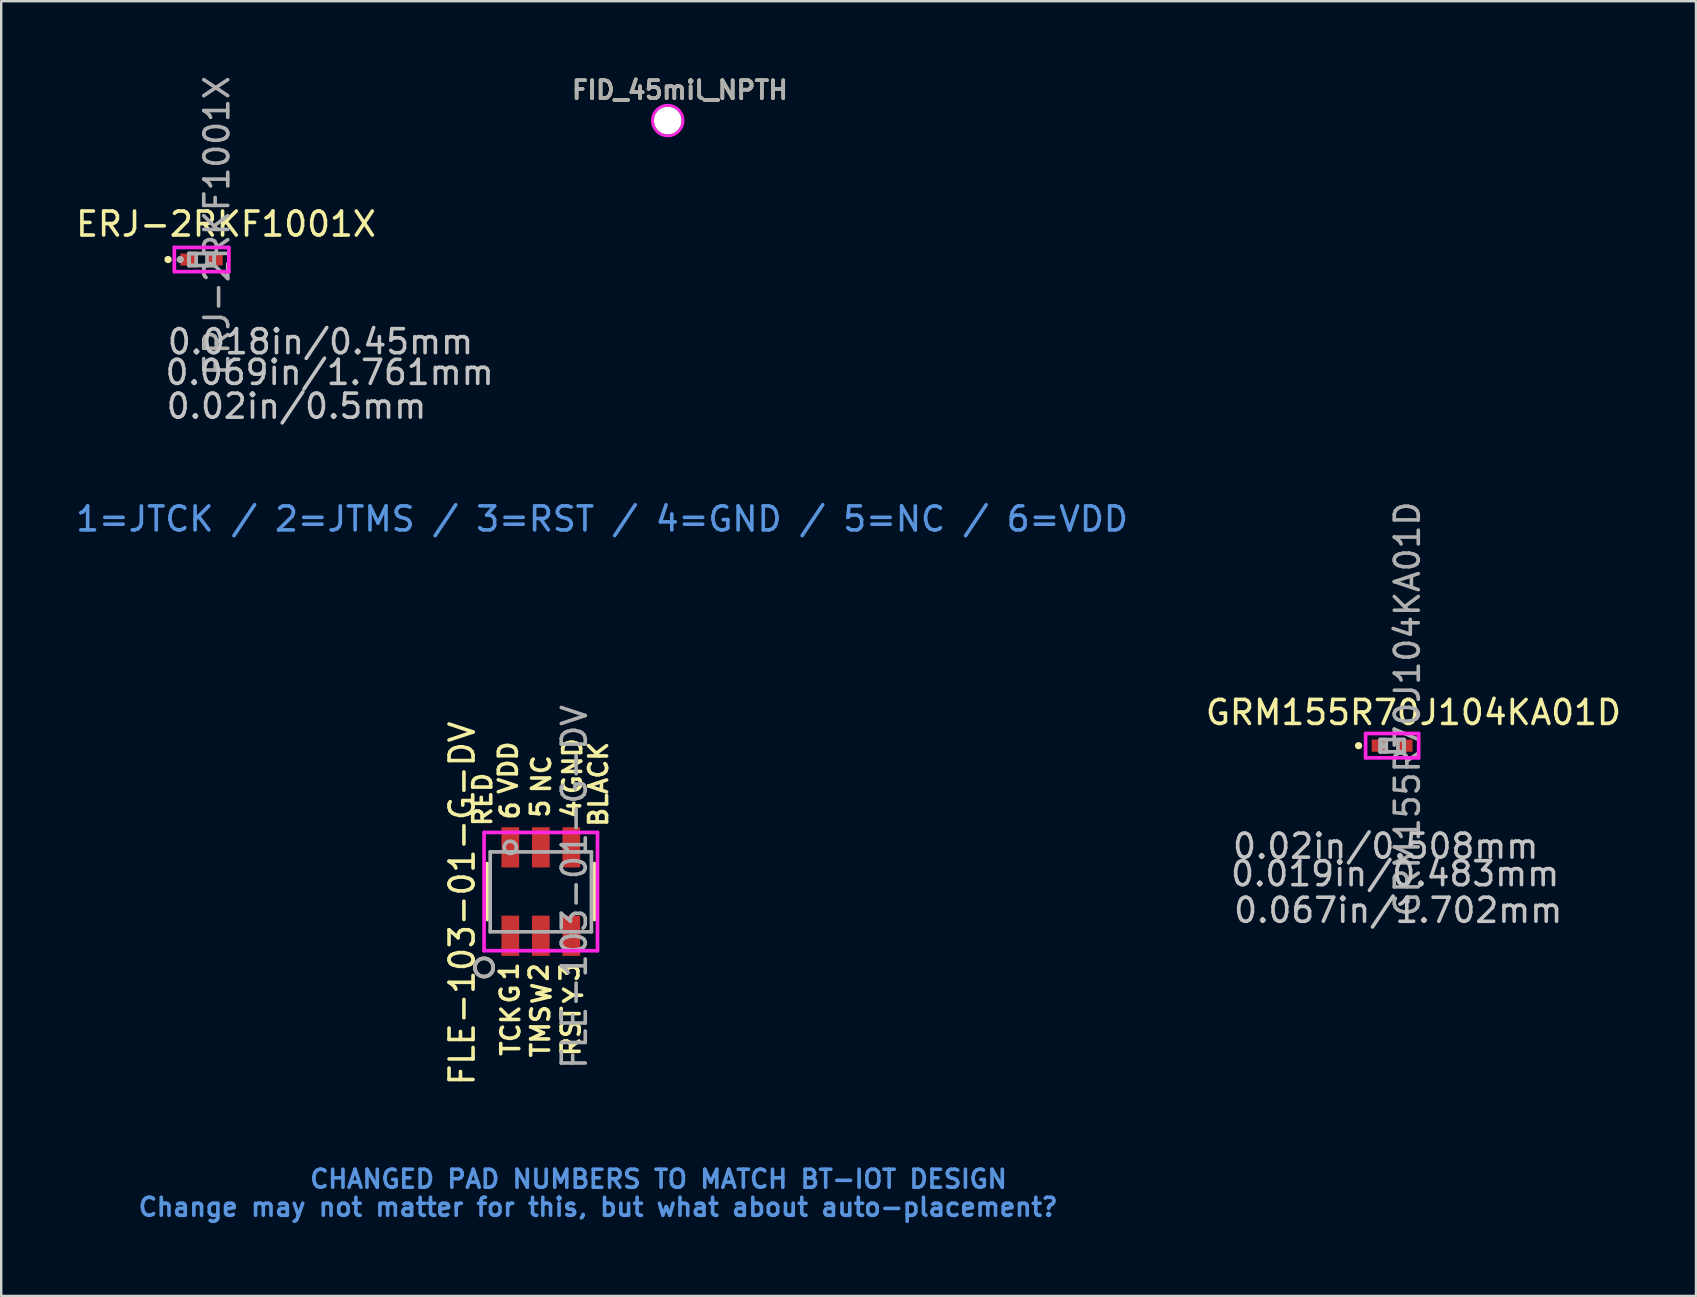
<source format=kicad_pcb>
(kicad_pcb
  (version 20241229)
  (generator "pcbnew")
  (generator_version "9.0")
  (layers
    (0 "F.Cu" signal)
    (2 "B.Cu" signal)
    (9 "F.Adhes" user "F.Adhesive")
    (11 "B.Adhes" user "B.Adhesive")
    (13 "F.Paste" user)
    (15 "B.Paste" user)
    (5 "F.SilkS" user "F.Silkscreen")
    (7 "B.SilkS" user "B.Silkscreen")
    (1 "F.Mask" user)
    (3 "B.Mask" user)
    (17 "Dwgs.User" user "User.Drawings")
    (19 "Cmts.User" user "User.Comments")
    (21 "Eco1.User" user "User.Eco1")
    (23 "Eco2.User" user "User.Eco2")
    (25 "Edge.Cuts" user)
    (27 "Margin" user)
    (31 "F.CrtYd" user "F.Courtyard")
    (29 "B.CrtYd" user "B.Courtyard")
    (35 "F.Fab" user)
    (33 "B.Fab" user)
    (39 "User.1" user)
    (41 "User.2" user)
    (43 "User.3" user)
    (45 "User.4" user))
  (footprint "ERJ-2RKF1001X"
    (layer "F.Cu")
    (at 5.347 7.76)
    (property "Reference" "ERJ-2RKF1001X" (at 1.016 -1.476 0) (layer "F.SilkS") (effects (font (size 1 1) (thickness 0.15))))
    (attr through_hole)
    (fp_circle (center -1.397 0) (end -1.321 0) (stroke (width 0.152) (type solid)) (fill no) (layer "F.SilkS"))
    (fp_line (start -1.135 -0.504) (end 1.135 -0.504) (stroke (width 0.152) (type solid)) (layer "F.CrtYd"))
    (fp_line (start -1.135 0.504) (end -1.135 -0.504) (stroke (width 0.152) (type solid)) (layer "F.CrtYd"))
    (fp_line (start 1.135 -0.504) (end 1.135 0.504) (stroke (width 0.152) (type solid)) (layer "F.CrtYd"))
    (fp_line (start 1.135 0.504) (end -1.135 0.504) (stroke (width 0.152) (type solid)) (layer "F.CrtYd"))
    (fp_line (start -0.525 -0.25) (end -0.525 0.25) (stroke (width 0.152) (type solid)) (layer "F.Fab"))
    (fp_line (start -0.525 -0.25) (end -0.525 0.25) (stroke (width 0.152) (type solid)) (layer "F.Fab"))
    (fp_line (start -0.525 0.25) (end -0.225 0.25) (stroke (width 0.152) (type solid)) (layer "F.Fab"))
    (fp_line (start -0.525 0.25) (end 0.525 0.25) (stroke (width 0.152) (type solid)) (layer "F.Fab"))
    (fp_line (start -0.225 -0.25) (end -0.525 -0.25) (stroke (width 0.152) (type solid)) (layer "F.Fab"))
    (fp_line (start -0.225 0.25) (end -0.225 -0.25) (stroke (width 0.152) (type solid)) (layer "F.Fab"))
    (fp_line (start 0.225 -0.25) (end 0.225 0.25) (stroke (width 0.152) (type solid)) (layer "F.Fab"))
    (fp_line (start 0.225 0.25) (end 0.525 0.25) (stroke (width 0.152) (type solid)) (layer "F.Fab"))
    (fp_line (start 0.525 -0.25) (end -0.525 -0.25) (stroke (width 0.152) (type solid)) (layer "F.Fab"))
    (fp_line (start 0.525 -0.25) (end 0.225 -0.25) (stroke (width 0.152) (type solid)) (layer "F.Fab"))
    (fp_line (start 0.525 0.25) (end 0.525 -0.25) (stroke (width 0.152) (type solid)) (layer "F.Fab"))
    (fp_line (start 0.525 0.25) (end 0.525 -0.25) (stroke (width 0.152) (type solid)) (layer "F.Fab"))
    (fp_circle (center -0.889 0) (end -0.813 0) (stroke (width 0.152) (type solid)) (fill no) (layer "F.Fab"))
    (fp_text user "0.018in/0.45mm" (at 4.953 3.425 0) (layer "Dwgs.User") (effects (font (size 1 1) (thickness 0.15))))
    (fp_text user "0.02in/0.5mm" (at 3.954 6.111 0) (layer "Dwgs.User") (effects (font (size 1 1) (thickness 0.15))))
    (fp_text user "0.069in/1.761mm" (at 5.334 4.703 0) (layer "Dwgs.User") (effects (font (size 1 1) (thickness 0.15))))
    (fp_text user "Copyright 2016 Accelerated Designs. All rights reserved." (at 0 0 0) (layer "Cmts.User") (effects (font (size 0.127 0.127) (thickness 0.002))))
    (fp_text user "${REFERENCE}" (at 0.635 -1.397 90) (layer "F.Fab") (effects (font (size 1 1) (thickness 0.15))))
    (pad "1" smd rect (at -0.553 0) (size 0.656 0.5) (layers "F.Cu" "F.Mask" "F.Paste"))
    (pad "2" smd rect (at 0.553 0) (size 0.656 0.5) (layers "F.Cu" "F.Mask" "F.Paste")))
  (footprint "GRM155R70J104KA01D"
    (layer "F.Cu")
    (at 54.938 28.011)
    (property "Reference" "GRM155R70J104KA01D" (at 0.889 -1.382 0) (layer "F.SilkS") (effects (font (size 1 1) (thickness 0.15))))
    (attr through_hole)
    (fp_circle (center -1.397 0) (end -1.321 0) (stroke (width 0.152) (type solid)) (fill no) (layer "F.SilkS"))
    (fp_line (start -1.105 -0.508) (end 1.105 -0.508) (stroke (width 0.152) (type solid)) (layer "F.CrtYd"))
    (fp_line (start -1.105 0.508) (end -1.105 -0.508) (stroke (width 0.152) (type solid)) (layer "F.CrtYd"))
    (fp_line (start 1.105 -0.508) (end 1.105 0.508) (stroke (width 0.152) (type solid)) (layer "F.CrtYd"))
    (fp_line (start 1.105 0.508) (end -1.105 0.508) (stroke (width 0.152) (type solid)) (layer "F.CrtYd"))
    (fp_line (start -0.495 -0.254) (end -0.495 0.254) (stroke (width 0.152) (type solid)) (layer "F.Fab"))
    (fp_line (start -0.495 -0.254) (end -0.495 0.254) (stroke (width 0.152) (type solid)) (layer "F.Fab"))
    (fp_line (start -0.495 0.254) (end -0.241 0.254) (stroke (width 0.152) (type solid)) (layer "F.Fab"))
    (fp_line (start -0.495 0.254) (end 0.495 0.254) (stroke (width 0.152) (type solid)) (layer "F.Fab"))
    (fp_line (start -0.241 -0.254) (end -0.495 -0.254) (stroke (width 0.152) (type solid)) (layer "F.Fab"))
    (fp_line (start -0.241 0.254) (end -0.241 -0.254) (stroke (width 0.152) (type solid)) (layer "F.Fab"))
    (fp_line (start 0.241 -0.254) (end 0.241 0.254) (stroke (width 0.152) (type solid)) (layer "F.Fab"))
    (fp_line (start 0.241 0.254) (end 0.495 0.254) (stroke (width 0.152) (type solid)) (layer "F.Fab"))
    (fp_line (start 0.495 -0.254) (end -0.495 -0.254) (stroke (width 0.152) (type solid)) (layer "F.Fab"))
    (fp_line (start 0.495 -0.254) (end 0.241 -0.254) (stroke (width 0.152) (type solid)) (layer "F.Fab"))
    (fp_line (start 0.495 0.254) (end 0.495 -0.254) (stroke (width 0.152) (type solid)) (layer "F.Fab"))
    (fp_line (start 0.495 0.254) (end 0.495 -0.254) (stroke (width 0.152) (type solid)) (layer "F.Fab"))
    (fp_circle (center -0.419 0) (end -0.419 0) (stroke (width 0.152) (type solid)) (fill no) (layer "F.Fab"))
    (fp_text user "0.067in/1.702mm" (at 0.254 6.858 0) (layer "Dwgs.User") (effects (font (size 1 1) (thickness 0.15))))
    (fp_text user "0.019in/0.483mm" (at 0.127 5.334 0) (layer "Dwgs.User") (effects (font (size 1 1) (thickness 0.15))))
    (fp_text user "0.02in/0.508mm" (at -0.267 4.187 0) (layer "Dwgs.User") (effects (font (size 1 1) (thickness 0.15))))
    (fp_text user "Copyright 2016 Accelerated Designs. All rights reserved." (at 0 0 0) (layer "Cmts.User") (effects (font (size 0.127 0.127) (thickness 0.002))))
    (fp_text user "${REFERENCE}" (at 0.635 -1.524 90) (layer "F.Fab") (effects (font (size 1 1) (thickness 0.15))))
    (pad "1" smd rect (at -0.546 0) (size 0.61 0.508) (layers "F.Cu" "F.Mask" "F.Paste"))
    (pad "2" smd rect (at 0.546 0) (size 0.61 0.508) (layers "F.Cu" "F.Mask" "F.Paste")))
  (footprint "FID_45mil_NPTH"
    (layer "F.Cu")
    (at 24.764 1.972)
    (property "Reference" "FID_45mil_NPTH" (at 0.508 -1.27 0) (layer "F.SilkS") (effects (font (size 0.75 0.75) (thickness 0.15))))
    (attr through_hole)
    (fp_circle (center 0 0) (end 0.635 0) (stroke (width 0.12) (type solid)) (fill no) (layer "F.CrtYd"))
    (fp_text user "${REFERENCE}" (at 0.508 -1.27 0) (layer "F.Fab") (effects (font (size 0.75 0.75) (thickness 0.15))))
    (pad "" np_thru_hole circle (at 0 0) (size 1.15 1.15) (drill 1.15) (layers "*.Cu" "*.Mask")))
  (footprint "FLE-103-01-G-DV"
    (layer "F.Cu")
    (at 27.211 29.744)
    (property "Reference" "FLE-103-01-G-DV" (at -11.011 4.839 90) (layer "F.SilkS") (effects (font (size 1 1) (thickness 0.15))))
    (attr through_hole)
    (fp_line (start -9.97 3.178) (end -9.97 5.509) (stroke (width 0.152) (type solid)) (layer "F.SilkS"))
    (fp_line (start -5.499 5.509) (end -5.499 3.178) (stroke (width 0.152) (type solid)) (layer "F.SilkS"))
    (fp_circle (center -10.097 7.506) (end -9.716 7.506) (stroke (width 0.152) (type solid)) (fill no) (layer "F.SilkS"))
    (fp_line (start -10.097 1.88) (end -10.097 6.807) (stroke (width 0.152) (type solid)) (layer "F.CrtYd"))
    (fp_line (start -10.097 6.807) (end -5.372 6.807) (stroke (width 0.152) (type solid)) (layer "F.CrtYd"))
    (fp_line (start -5.372 1.88) (end -10.097 1.88) (stroke (width 0.152) (type solid)) (layer "F.CrtYd"))
    (fp_line (start -5.372 6.807) (end -5.372 1.88) (stroke (width 0.152) (type solid)) (layer "F.CrtYd"))
    (fp_line (start -9.842 2.692) (end -9.842 6.02) (stroke (width 0.152) (type solid)) (layer "F.Fab"))
    (fp_line (start -9.842 6.02) (end -5.626 6.02) (stroke (width 0.152) (type solid)) (layer "F.Fab"))
    (fp_line (start -5.626 2.692) (end -9.842 2.692) (stroke (width 0.152) (type solid)) (layer "F.Fab"))
    (fp_line (start -5.626 6.02) (end -5.626 2.692) (stroke (width 0.152) (type solid)) (layer "F.Fab"))
    (fp_circle (center -10.097 7.506) (end -9.716 7.506) (stroke (width 0.152) (type solid)) (fill no) (layer "F.Fab"))
    (fp_circle (center -9.004 2.502) (end -8.75 2.502) (stroke (width 0.152) (type solid)) (fill no) (layer "F.Fab"))
    (fp_text user "VDD" (at -9.093 -0.813 90) (layer "F.SilkS") (effects (font (size 0.75 0.75) (thickness 0.15))))
    (fp_text user "G" (at -9.017 8.611 90) (layer "F.SilkS") (effects (font (size 0.75 0.75) (thickness 0.15))))
    (fp_text user "TMS" (at -7.747 10.16 90) (layer "F.SilkS") (effects (font (size 0.75 0.75) (thickness 0.15))))
    (fp_text user "3" (at -6.528 7.709 90) (layer "F.SilkS") (effects (font (size 0.75 0.75) (thickness 0.15))))
    (fp_text user "1" (at -9.055 7.671 90) (layer "F.SilkS") (effects (font (size 0.75 0.75) (thickness 0.15))))
    (fp_text user "NC" (at -7.709 -0.546 90) (layer "F.SilkS") (effects (font (size 0.75 0.75) (thickness 0.15))))
    (fp_text user "BLACK" (at -5.334 -0.127 90) (layer "F.SilkS") (effects (font (size 0.75 0.75) (thickness 0.15))))
    (fp_text user "W" (at -7.696 8.585 90) (layer "F.SilkS") (effects (font (size 0.75 0.75) (thickness 0.15))))
    (fp_text user "RST" (at -6.477 10.16 90) (layer "F.SilkS") (effects (font (size 0.75 0.75) (thickness 0.15))))
    (fp_text user "Y" (at -6.375 8.661 90) (layer "F.SilkS") (effects (font (size 0.75 0.75) (thickness 0.15))))
    (fp_text user "RED" (at -10.16 0.508 90) (layer "F.SilkS") (effects (font (size 0.75 0.75) (thickness 0.15))))
    (fp_text user "6" (at -9.017 0.965 90) (layer "F.SilkS") (effects (font (size 0.75 0.75) (thickness 0.15))))
    (fp_text user "5" (at -7.76 0.889 90) (layer "F.SilkS") (effects (font (size 0.75 0.75) (thickness 0.15))))
    (fp_text user "GND" (at -6.413 -0.876 90) (layer "F.SilkS") (effects (font (size 0.75 0.75) (thickness 0.15))))
    (fp_text user "4" (at -6.452 0.914 90) (layer "F.SilkS") (effects (font (size 0.75 0.75) (thickness 0.15))))
    (fp_text user "TCK" (at -8.992 10.135 90) (layer "F.SilkS") (effects (font (size 0.75 0.75) (thickness 0.15))))
    (fp_text user "2" (at -7.811 7.709 90) (layer "F.SilkS") (effects (font (size 0.75 0.75) (thickness 0.15))))
    (fp_text user "CHANGED PAD NUMBERS TO MATCH BT-IOT DESIGN" (at -2.832 16.32 0) (layer "Cmts.User") (effects (font (size 0.75 0.75) (thickness 0.15))))
    (fp_text user "Change may not matter for this, but what about auto-placement?" (at -5.347 17.488 0) (layer "Cmts.User") (effects (font (size 0.75 0.75) (thickness 0.15))))
    (fp_text user "1=JTCK / 2=JTMS / 3=RST / 4=GND / 5=NC / 6=VDD" (at -5.182 -11.176 0) (layer "Cmts.User") (effects (font (size 1 1) (thickness 0.15))))
    (fp_text user "Copyright 2016 Accelerated Designs. All rights reserved." (at -9.004 6.185 0) (layer "Cmts.User") (effects (font (size 0.127 0.127) (thickness 0.002))))
    (fp_text user "${REFERENCE}" (at -6.337 4.153 90) (layer "F.Fab") (effects (font (size 1 1) (thickness 0.15))))
    (pad "1" smd rect (at -9.004 6.185) (size 0.737 1.676) (layers "F.Cu" "F.Mask" "F.Paste"))
    (pad "2" smd rect (at -7.734 6.185) (size 0.737 1.676) (layers "F.Cu" "F.Mask" "F.Paste"))
    (pad "3" smd rect (at -6.464 6.185) (size 0.737 1.676) (layers "F.Cu" "F.Mask" "F.Paste"))
    (pad "4" smd rect (at -6.464 2.502) (size 0.737 1.676) (layers "F.Cu" "F.Mask" "F.Paste"))
    (pad "5" smd rect (at -7.734 2.502) (size 0.737 1.676) (layers "F.Cu" "F.Mask" "F.Paste"))
    (pad "6" smd rect (at -9.004 2.502) (size 0.737 1.676) (layers "F.Cu" "F.Mask" "F.Paste")))
  (gr_rect
    (start -3 -3)
    (end 67.595 50.933)
    (stroke (width 0.1) (type default))
    (fill no)
    (layer "Edge.Cuts")))
</source>
